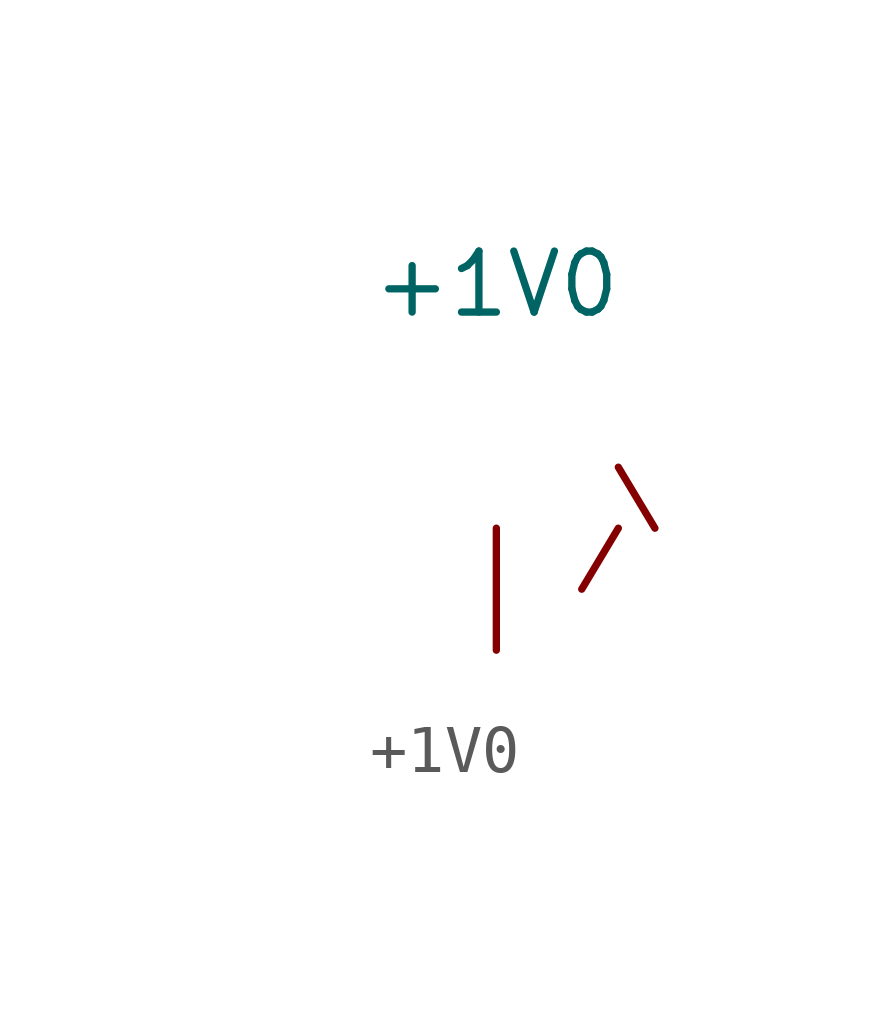
<source format=kicad_sym>
(kicad_symbol_lib
  (version 20211014)
  (generator kicad_symbol_editor)
  (symbol "+1V0"
    (power)
    (pin_names
      (offset 0))
    (property "Reference" "#PWR"
      (at 5.08 -2.54 0)
      (effects (font (size 1.27 1.27)) hide))
    (property "Value" "+1V0"
      (at 5.08 7.62 0)
      (effects (font (size 1.27 1.27))))
    (symbol "+1V0_0_1"
      (polyline (pts (xy 5.08 0) (xy 5.08 2.54)) (stroke (width 0) (type default) (color 0 0 0 0)) (fill (type none)))
      (polyline (pts (xy 6.858 1.27) (xy 7.62 2.54)) (stroke (width 0) (type default) (color 0 0 0 0)) (fill (type none)))
      (polyline (pts (xy 7.62 3.81) (xy 8.382 2.54)) (stroke (width 0) (type default) (color 0 0 0 0)) (fill (type none))))
    (symbol "+1V0_1_1"
      (pin power_in line (at 0 0 90) (length 0) hide (name "+1V0" (effects (font (size 1.27 1.27)))) (number "1" (effects (font (size 1.27 1.27))))))))
</source>
